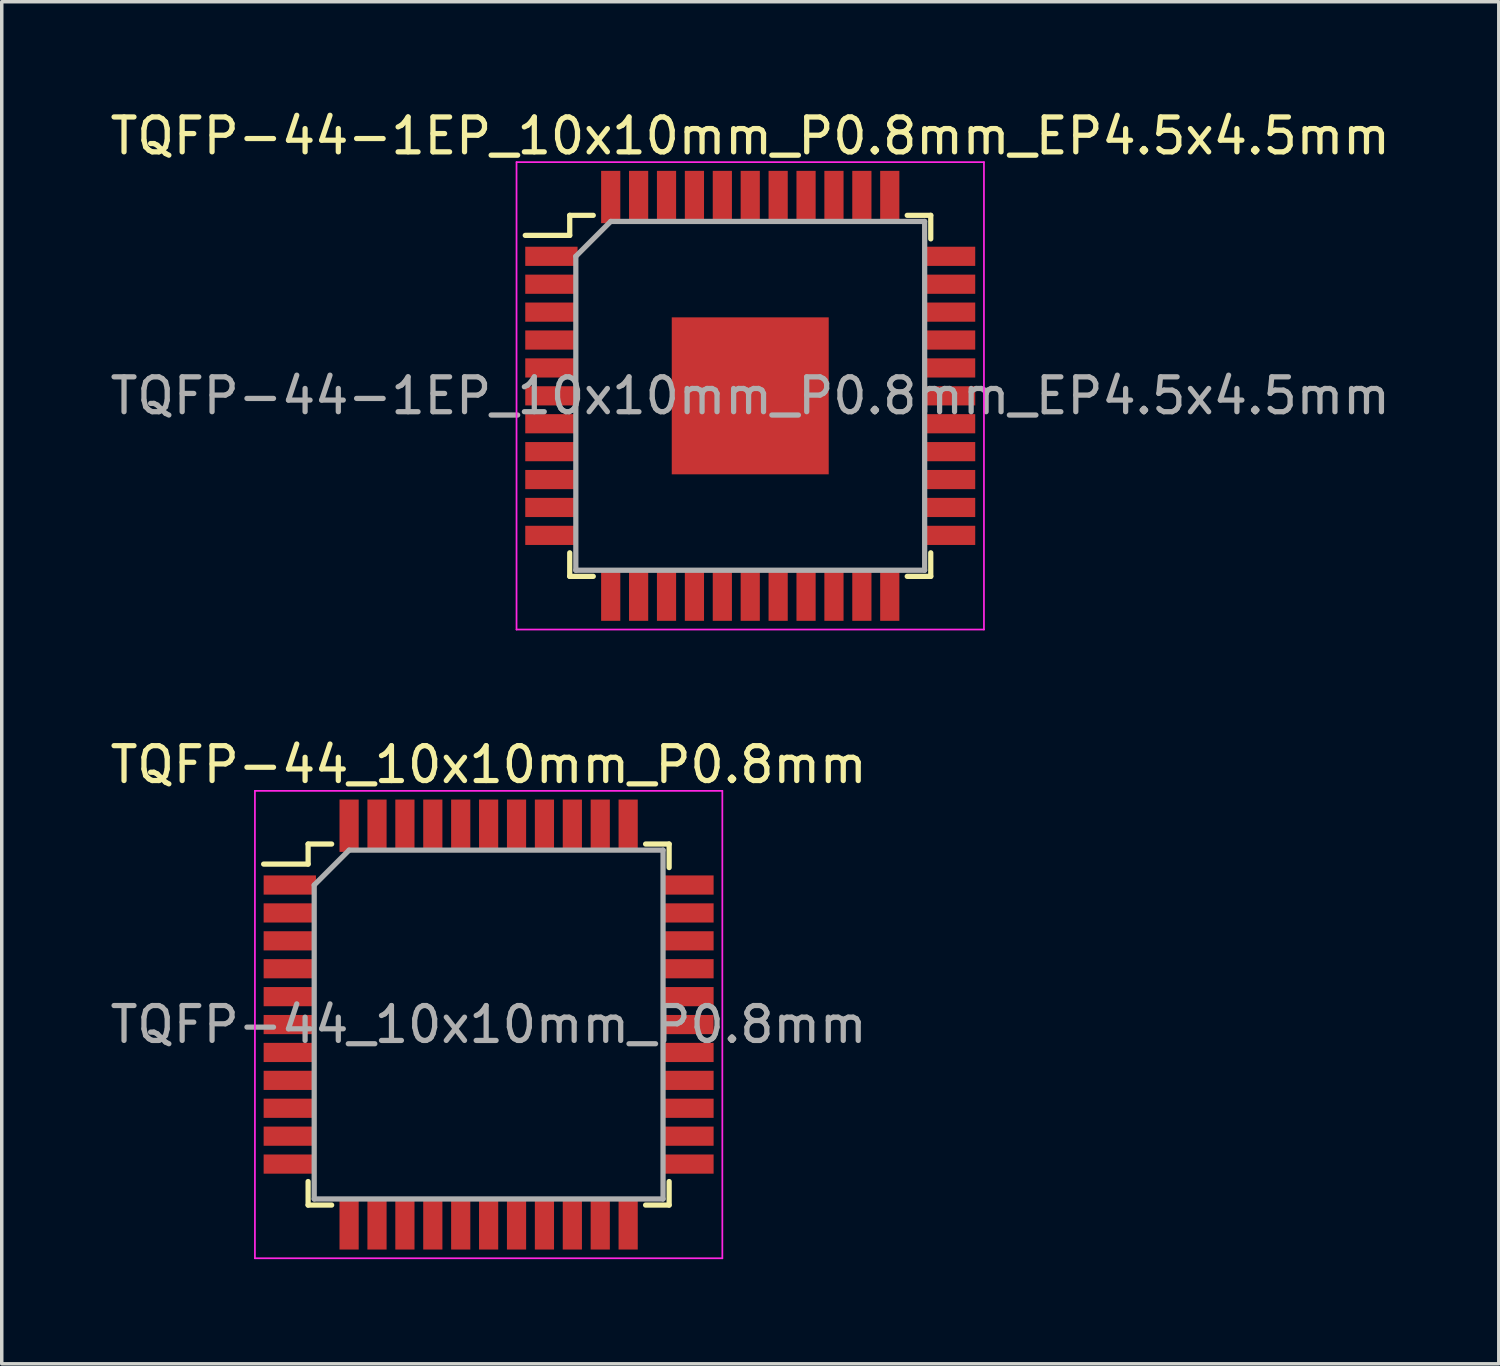
<source format=kicad_pcb>
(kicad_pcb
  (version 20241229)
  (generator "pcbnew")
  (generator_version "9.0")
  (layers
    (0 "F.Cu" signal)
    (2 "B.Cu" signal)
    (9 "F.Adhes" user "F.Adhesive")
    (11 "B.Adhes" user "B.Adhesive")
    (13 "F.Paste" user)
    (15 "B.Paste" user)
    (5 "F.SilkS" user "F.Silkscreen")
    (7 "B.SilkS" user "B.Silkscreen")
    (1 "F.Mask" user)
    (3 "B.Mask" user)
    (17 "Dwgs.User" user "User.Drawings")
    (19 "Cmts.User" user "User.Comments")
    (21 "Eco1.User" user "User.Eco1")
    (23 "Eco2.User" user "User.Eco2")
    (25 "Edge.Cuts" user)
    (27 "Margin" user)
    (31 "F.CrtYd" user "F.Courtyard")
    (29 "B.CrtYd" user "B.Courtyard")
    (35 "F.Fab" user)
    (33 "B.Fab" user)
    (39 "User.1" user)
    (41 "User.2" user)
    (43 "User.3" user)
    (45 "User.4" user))
  (footprint "TQFP-44_10x10mm_P0.8mm"
    (layer "F.Cu")
    (at 10.958 26.322)
    (property "Reference" "TQFP-44_10x10mm_P0.8mm" (at 0 -7.45 0) (layer "F.SilkS") (effects (font (size 1 1) (thickness 0.15))))
    (attr smd)
    (fp_line (start -5.175 -5.175) (end -5.175 -4.6) (stroke (width 0.15) (type solid)) (layer "F.SilkS"))
    (fp_line (start -5.175 -5.175) (end -4.5 -5.175) (stroke (width 0.15) (type solid)) (layer "F.SilkS"))
    (fp_line (start -5.175 -4.6) (end -6.45 -4.6) (stroke (width 0.15) (type solid)) (layer "F.SilkS"))
    (fp_line (start -5.175 5.175) (end -5.175 4.5) (stroke (width 0.15) (type solid)) (layer "F.SilkS"))
    (fp_line (start -5.175 5.175) (end -4.5 5.175) (stroke (width 0.15) (type solid)) (layer "F.SilkS"))
    (fp_line (start 5.175 -5.175) (end 4.5 -5.175) (stroke (width 0.15) (type solid)) (layer "F.SilkS"))
    (fp_line (start 5.175 -5.175) (end 5.175 -4.5) (stroke (width 0.15) (type solid)) (layer "F.SilkS"))
    (fp_line (start 5.175 5.175) (end 4.5 5.175) (stroke (width 0.15) (type solid)) (layer "F.SilkS"))
    (fp_line (start 5.175 5.175) (end 5.175 4.5) (stroke (width 0.15) (type solid)) (layer "F.SilkS"))
    (fp_line (start -6.7 -6.7) (end -6.7 6.7) (stroke (width 0.05) (type solid)) (layer "F.CrtYd"))
    (fp_line (start -6.7 -6.7) (end 6.7 -6.7) (stroke (width 0.05) (type solid)) (layer "F.CrtYd"))
    (fp_line (start -6.7 6.7) (end 6.7 6.7) (stroke (width 0.05) (type solid)) (layer "F.CrtYd"))
    (fp_line (start 6.7 -6.7) (end 6.7 6.7) (stroke (width 0.05) (type solid)) (layer "F.CrtYd"))
    (fp_line (start -5 -4) (end -4 -5) (stroke (width 0.15) (type solid)) (layer "F.Fab"))
    (fp_line (start -5 5) (end -5 -4) (stroke (width 0.15) (type solid)) (layer "F.Fab"))
    (fp_line (start -4 -5) (end 5 -5) (stroke (width 0.15) (type solid)) (layer "F.Fab"))
    (fp_line (start 5 -5) (end 5 5) (stroke (width 0.15) (type solid)) (layer "F.Fab"))
    (fp_line (start 5 5) (end -5 5) (stroke (width 0.15) (type solid)) (layer "F.Fab"))
    (fp_text user "${REFERENCE}" (at 0 0 0) (layer "F.Fab") (effects (font (size 1 1) (thickness 0.15))))
    (pad "1" smd rect (at -5.7 -4) (size 1.5 0.55) (layers "F.Cu" "F.Mask" "F.Paste"))
    (pad "2" smd rect (at -5.7 -3.2) (size 1.5 0.55) (layers "F.Cu" "F.Mask" "F.Paste"))
    (pad "3" smd rect (at -5.7 -2.4) (size 1.5 0.55) (layers "F.Cu" "F.Mask" "F.Paste"))
    (pad "4" smd rect (at -5.7 -1.6) (size 1.5 0.55) (layers "F.Cu" "F.Mask" "F.Paste"))
    (pad "5" smd rect (at -5.7 -0.8) (size 1.5 0.55) (layers "F.Cu" "F.Mask" "F.Paste"))
    (pad "6" smd rect (at -5.7 0) (size 1.5 0.55) (layers "F.Cu" "F.Mask" "F.Paste"))
    (pad "7" smd rect (at -5.7 0.8) (size 1.5 0.55) (layers "F.Cu" "F.Mask" "F.Paste"))
    (pad "8" smd rect (at -5.7 1.6) (size 1.5 0.55) (layers "F.Cu" "F.Mask" "F.Paste"))
    (pad "9" smd rect (at -5.7 2.4) (size 1.5 0.55) (layers "F.Cu" "F.Mask" "F.Paste"))
    (pad "10" smd rect (at -5.7 3.2) (size 1.5 0.55) (layers "F.Cu" "F.Mask" "F.Paste"))
    (pad "11" smd rect (at -5.7 4) (size 1.5 0.55) (layers "F.Cu" "F.Mask" "F.Paste"))
    (pad "12" smd rect (at -4 5.7 90) (size 1.5 0.55) (layers "F.Cu" "F.Mask" "F.Paste"))
    (pad "13" smd rect (at -3.2 5.7 90) (size 1.5 0.55) (layers "F.Cu" "F.Mask" "F.Paste"))
    (pad "14" smd rect (at -2.4 5.7 90) (size 1.5 0.55) (layers "F.Cu" "F.Mask" "F.Paste"))
    (pad "15" smd rect (at -1.6 5.7 90) (size 1.5 0.55) (layers "F.Cu" "F.Mask" "F.Paste"))
    (pad "16" smd rect (at -0.8 5.7 90) (size 1.5 0.55) (layers "F.Cu" "F.Mask" "F.Paste"))
    (pad "17" smd rect (at 0 5.7 90) (size 1.5 0.55) (layers "F.Cu" "F.Mask" "F.Paste"))
    (pad "18" smd rect (at 0.8 5.7 90) (size 1.5 0.55) (layers "F.Cu" "F.Mask" "F.Paste"))
    (pad "19" smd rect (at 1.6 5.7 90) (size 1.5 0.55) (layers "F.Cu" "F.Mask" "F.Paste"))
    (pad "20" smd rect (at 2.4 5.7 90) (size 1.5 0.55) (layers "F.Cu" "F.Mask" "F.Paste"))
    (pad "21" smd rect (at 3.2 5.7 90) (size 1.5 0.55) (layers "F.Cu" "F.Mask" "F.Paste"))
    (pad "22" smd rect (at 4 5.7 90) (size 1.5 0.55) (layers "F.Cu" "F.Mask" "F.Paste"))
    (pad "23" smd rect (at 5.7 4) (size 1.5 0.55) (layers "F.Cu" "F.Mask" "F.Paste"))
    (pad "24" smd rect (at 5.7 3.2) (size 1.5 0.55) (layers "F.Cu" "F.Mask" "F.Paste"))
    (pad "25" smd rect (at 5.7 2.4) (size 1.5 0.55) (layers "F.Cu" "F.Mask" "F.Paste"))
    (pad "26" smd rect (at 5.7 1.6) (size 1.5 0.55) (layers "F.Cu" "F.Mask" "F.Paste"))
    (pad "27" smd rect (at 5.7 0.8) (size 1.5 0.55) (layers "F.Cu" "F.Mask" "F.Paste"))
    (pad "28" smd rect (at 5.7 0) (size 1.5 0.55) (layers "F.Cu" "F.Mask" "F.Paste"))
    (pad "29" smd rect (at 5.7 -0.8) (size 1.5 0.55) (layers "F.Cu" "F.Mask" "F.Paste"))
    (pad "30" smd rect (at 5.7 -1.6) (size 1.5 0.55) (layers "F.Cu" "F.Mask" "F.Paste"))
    (pad "31" smd rect (at 5.7 -2.4) (size 1.5 0.55) (layers "F.Cu" "F.Mask" "F.Paste"))
    (pad "32" smd rect (at 5.7 -3.2) (size 1.5 0.55) (layers "F.Cu" "F.Mask" "F.Paste"))
    (pad "33" smd rect (at 5.7 -4) (size 1.5 0.55) (layers "F.Cu" "F.Mask" "F.Paste"))
    (pad "34" smd rect (at 4 -5.7 90) (size 1.5 0.55) (layers "F.Cu" "F.Mask" "F.Paste"))
    (pad "35" smd rect (at 3.2 -5.7 90) (size 1.5 0.55) (layers "F.Cu" "F.Mask" "F.Paste"))
    (pad "36" smd rect (at 2.4 -5.7 90) (size 1.5 0.55) (layers "F.Cu" "F.Mask" "F.Paste"))
    (pad "37" smd rect (at 1.6 -5.7 90) (size 1.5 0.55) (layers "F.Cu" "F.Mask" "F.Paste"))
    (pad "38" smd rect (at 0.8 -5.7 90) (size 1.5 0.55) (layers "F.Cu" "F.Mask" "F.Paste"))
    (pad "39" smd rect (at 0 -5.7 90) (size 1.5 0.55) (layers "F.Cu" "F.Mask" "F.Paste"))
    (pad "40" smd rect (at -0.8 -5.7 90) (size 1.5 0.55) (layers "F.Cu" "F.Mask" "F.Paste"))
    (pad "41" smd rect (at -1.6 -5.7 90) (size 1.5 0.55) (layers "F.Cu" "F.Mask" "F.Paste"))
    (pad "42" smd rect (at -2.4 -5.7 90) (size 1.5 0.55) (layers "F.Cu" "F.Mask" "F.Paste"))
    (pad "43" smd rect (at -3.2 -5.7 90) (size 1.5 0.55) (layers "F.Cu" "F.Mask" "F.Paste"))
    (pad "44" smd rect (at -4 -5.7 90) (size 1.5 0.55) (layers "F.Cu" "F.Mask" "F.Paste")))
  (footprint "TQFP-44-1EP_10x10mm_P0.8mm_EP4.5x4.5mm"
    (layer "F.Cu")
    (at 18.458 8.298)
    (property "Reference" "TQFP-44-1EP_10x10mm_P0.8mm_EP4.5x4.5mm" (at 0 -7.45 0) (layer "F.SilkS") (effects (font (size 1 1) (thickness 0.15))))
    (attr smd)
    (fp_line (start -5.175 -5.175) (end -5.175 -4.6) (stroke (width 0.15) (type solid)) (layer "F.SilkS"))
    (fp_line (start -5.175 -5.175) (end -4.5 -5.175) (stroke (width 0.15) (type solid)) (layer "F.SilkS"))
    (fp_line (start -5.175 -4.6) (end -6.45 -4.6) (stroke (width 0.15) (type solid)) (layer "F.SilkS"))
    (fp_line (start -5.175 5.175) (end -5.175 4.5) (stroke (width 0.15) (type solid)) (layer "F.SilkS"))
    (fp_line (start -5.175 5.175) (end -4.5 5.175) (stroke (width 0.15) (type solid)) (layer "F.SilkS"))
    (fp_line (start 5.175 -5.175) (end 4.5 -5.175) (stroke (width 0.15) (type solid)) (layer "F.SilkS"))
    (fp_line (start 5.175 -5.175) (end 5.175 -4.5) (stroke (width 0.15) (type solid)) (layer "F.SilkS"))
    (fp_line (start 5.175 5.175) (end 4.5 5.175) (stroke (width 0.15) (type solid)) (layer "F.SilkS"))
    (fp_line (start 5.175 5.175) (end 5.175 4.5) (stroke (width 0.15) (type solid)) (layer "F.SilkS"))
    (fp_line (start -6.7 -6.7) (end -6.7 6.7) (stroke (width 0.05) (type solid)) (layer "F.CrtYd"))
    (fp_line (start -6.7 -6.7) (end 6.7 -6.7) (stroke (width 0.05) (type solid)) (layer "F.CrtYd"))
    (fp_line (start -6.7 6.7) (end 6.7 6.7) (stroke (width 0.05) (type solid)) (layer "F.CrtYd"))
    (fp_line (start 6.7 -6.7) (end 6.7 6.7) (stroke (width 0.05) (type solid)) (layer "F.CrtYd"))
    (fp_line (start -5 -4) (end -4 -5) (stroke (width 0.15) (type solid)) (layer "F.Fab"))
    (fp_line (start -5 5) (end -5 -4) (stroke (width 0.15) (type solid)) (layer "F.Fab"))
    (fp_line (start -4 -5) (end 5 -5) (stroke (width 0.15) (type solid)) (layer "F.Fab"))
    (fp_line (start 5 -5) (end 5 5) (stroke (width 0.15) (type solid)) (layer "F.Fab"))
    (fp_line (start 5 5) (end -5 5) (stroke (width 0.15) (type solid)) (layer "F.Fab"))
    (fp_text user "${REFERENCE}" (at 0 0 0) (layer "F.Fab") (effects (font (size 1 1) (thickness 0.15))))
    (pad "" smd rect (at -1.5 -1.5) (size 1.16 1.16) (layers "F.Paste"))
    (pad "" smd rect (at -1.5 0) (size 1.16 1.16) (layers "F.Paste"))
    (pad "" smd rect (at -1.5 1.5) (size 1.16 1.16) (layers "F.Paste"))
    (pad "" smd rect (at 0 -1.5) (size 1.16 1.16) (layers "F.Paste"))
    (pad "" smd rect (at 0 0) (size 1.16 1.16) (layers "F.Paste"))
    (pad "" smd rect (at 0 1.5) (size 1.16 1.16) (layers "F.Paste"))
    (pad "" smd rect (at 1.5 -1.5) (size 1.16 1.16) (layers "F.Paste"))
    (pad "" smd rect (at 1.5 0) (size 1.16 1.16) (layers "F.Paste"))
    (pad "" smd rect (at 1.5 1.5) (size 1.16 1.16) (layers "F.Paste"))
    (pad "1" smd rect (at -5.7 -4) (size 1.5 0.55) (layers "F.Cu" "F.Mask" "F.Paste"))
    (pad "2" smd rect (at -5.7 -3.2) (size 1.5 0.55) (layers "F.Cu" "F.Mask" "F.Paste"))
    (pad "3" smd rect (at -5.7 -2.4) (size 1.5 0.55) (layers "F.Cu" "F.Mask" "F.Paste"))
    (pad "4" smd rect (at -5.7 -1.6) (size 1.5 0.55) (layers "F.Cu" "F.Mask" "F.Paste"))
    (pad "5" smd rect (at -5.7 -0.8) (size 1.5 0.55) (layers "F.Cu" "F.Mask" "F.Paste"))
    (pad "6" smd rect (at -5.7 0) (size 1.5 0.55) (layers "F.Cu" "F.Mask" "F.Paste"))
    (pad "7" smd rect (at -5.7 0.8) (size 1.5 0.55) (layers "F.Cu" "F.Mask" "F.Paste"))
    (pad "8" smd rect (at -5.7 1.6) (size 1.5 0.55) (layers "F.Cu" "F.Mask" "F.Paste"))
    (pad "9" smd rect (at -5.7 2.4) (size 1.5 0.55) (layers "F.Cu" "F.Mask" "F.Paste"))
    (pad "10" smd rect (at -5.7 3.2) (size 1.5 0.55) (layers "F.Cu" "F.Mask" "F.Paste"))
    (pad "11" smd rect (at -5.7 4) (size 1.5 0.55) (layers "F.Cu" "F.Mask" "F.Paste"))
    (pad "12" smd rect (at -4 5.7 90) (size 1.5 0.55) (layers "F.Cu" "F.Mask" "F.Paste"))
    (pad "13" smd rect (at -3.2 5.7 90) (size 1.5 0.55) (layers "F.Cu" "F.Mask" "F.Paste"))
    (pad "14" smd rect (at -2.4 5.7 90) (size 1.5 0.55) (layers "F.Cu" "F.Mask" "F.Paste"))
    (pad "15" smd rect (at -1.6 5.7 90) (size 1.5 0.55) (layers "F.Cu" "F.Mask" "F.Paste"))
    (pad "16" smd rect (at -0.8 5.7 90) (size 1.5 0.55) (layers "F.Cu" "F.Mask" "F.Paste"))
    (pad "17" smd rect (at 0 5.7 90) (size 1.5 0.55) (layers "F.Cu" "F.Mask" "F.Paste"))
    (pad "18" smd rect (at 0.8 5.7 90) (size 1.5 0.55) (layers "F.Cu" "F.Mask" "F.Paste"))
    (pad "19" smd rect (at 1.6 5.7 90) (size 1.5 0.55) (layers "F.Cu" "F.Mask" "F.Paste"))
    (pad "20" smd rect (at 2.4 5.7 90) (size 1.5 0.55) (layers "F.Cu" "F.Mask" "F.Paste"))
    (pad "21" smd rect (at 3.2 5.7 90) (size 1.5 0.55) (layers "F.Cu" "F.Mask" "F.Paste"))
    (pad "22" smd rect (at 4 5.7 90) (size 1.5 0.55) (layers "F.Cu" "F.Mask" "F.Paste"))
    (pad "23" smd rect (at 5.7 4) (size 1.5 0.55) (layers "F.Cu" "F.Mask" "F.Paste"))
    (pad "24" smd rect (at 5.7 3.2) (size 1.5 0.55) (layers "F.Cu" "F.Mask" "F.Paste"))
    (pad "25" smd rect (at 5.7 2.4) (size 1.5 0.55) (layers "F.Cu" "F.Mask" "F.Paste"))
    (pad "26" smd rect (at 5.7 1.6) (size 1.5 0.55) (layers "F.Cu" "F.Mask" "F.Paste"))
    (pad "27" smd rect (at 5.7 0.8) (size 1.5 0.55) (layers "F.Cu" "F.Mask" "F.Paste"))
    (pad "28" smd rect (at 5.7 0) (size 1.5 0.55) (layers "F.Cu" "F.Mask" "F.Paste"))
    (pad "29" smd rect (at 5.7 -0.8) (size 1.5 0.55) (layers "F.Cu" "F.Mask" "F.Paste"))
    (pad "30" smd rect (at 5.7 -1.6) (size 1.5 0.55) (layers "F.Cu" "F.Mask" "F.Paste"))
    (pad "31" smd rect (at 5.7 -2.4) (size 1.5 0.55) (layers "F.Cu" "F.Mask" "F.Paste"))
    (pad "32" smd rect (at 5.7 -3.2) (size 1.5 0.55) (layers "F.Cu" "F.Mask" "F.Paste"))
    (pad "33" smd rect (at 5.7 -4) (size 1.5 0.55) (layers "F.Cu" "F.Mask" "F.Paste"))
    (pad "34" smd rect (at 4 -5.7 90) (size 1.5 0.55) (layers "F.Cu" "F.Mask" "F.Paste"))
    (pad "35" smd rect (at 3.2 -5.7 90) (size 1.5 0.55) (layers "F.Cu" "F.Mask" "F.Paste"))
    (pad "36" smd rect (at 2.4 -5.7 90) (size 1.5 0.55) (layers "F.Cu" "F.Mask" "F.Paste"))
    (pad "37" smd rect (at 1.6 -5.7 90) (size 1.5 0.55) (layers "F.Cu" "F.Mask" "F.Paste"))
    (pad "38" smd rect (at 0.8 -5.7 90) (size 1.5 0.55) (layers "F.Cu" "F.Mask" "F.Paste"))
    (pad "39" smd rect (at 0 -5.7 90) (size 1.5 0.55) (layers "F.Cu" "F.Mask" "F.Paste"))
    (pad "40" smd rect (at -0.8 -5.7 90) (size 1.5 0.55) (layers "F.Cu" "F.Mask" "F.Paste"))
    (pad "41" smd rect (at -1.6 -5.7 90) (size 1.5 0.55) (layers "F.Cu" "F.Mask" "F.Paste"))
    (pad "42" smd rect (at -2.4 -5.7 90) (size 1.5 0.55) (layers "F.Cu" "F.Mask" "F.Paste"))
    (pad "43" smd rect (at -3.2 -5.7 90) (size 1.5 0.55) (layers "F.Cu" "F.Mask" "F.Paste"))
    (pad "44" smd rect (at -4 -5.7 90) (size 1.5 0.55) (layers "F.Cu" "F.Mask" "F.Paste"))
    (pad "45" smd rect (at 0 0) (size 4.5 4.5) (layers "F.Cu" "F.Mask")))
  (gr_rect
    (start -3 -3)
    (end 39.917 36.047)
    (stroke (width 0.1) (type default))
    (fill no)
    (layer "Edge.Cuts")))
</source>
